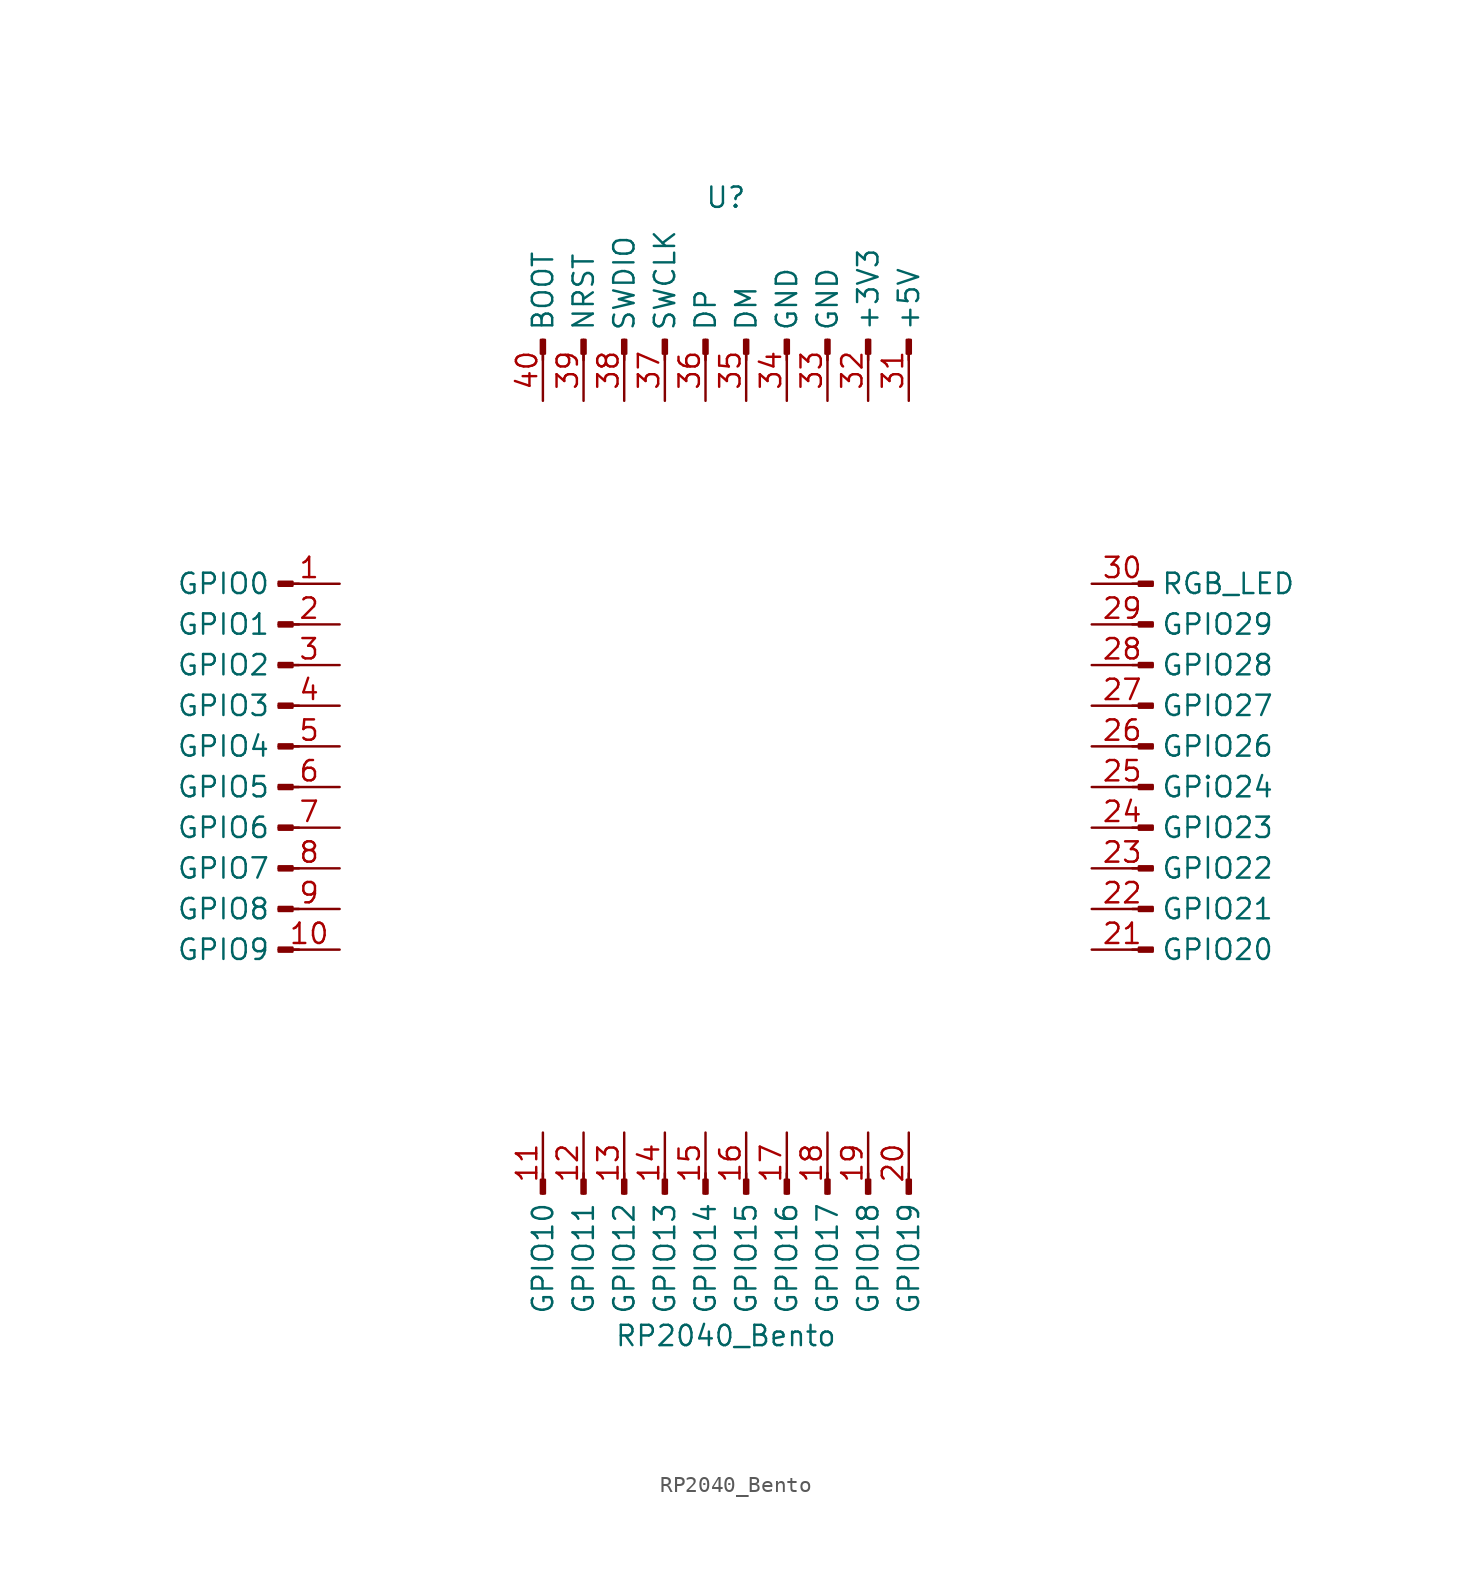
<source format=kicad_sym>
(kicad_symbol_lib
  (version 20231120)
  (generator "kicad_symbol_editor")
  (generator_version "8.0")
  (symbol "RP2040_Bento"
    (property "Reference" "U"
      (at 0 35.56 0)
      (effects (font (size 1.27 1.27))))
    (property "Value" "RP2040_Bento"
      (at 0 -35.56 0)
      (effects (font (size 1.27 1.27))))
    (symbol "RP2040_Bento_1_1"
      (rectangle (start -27.94 11.557) (end -27.076 11.303) (stroke (width 0.152) (type default)) (fill (type outline)))
      (rectangle (start -27.076 -11.303) (end -27.94 -11.557) (stroke (width 0.152) (type default)) (fill (type outline)))
      (rectangle (start -27.076 -8.763) (end -27.94 -9.017) (stroke (width 0.152) (type default)) (fill (type outline)))
      (rectangle (start -27.076 -6.223) (end -27.94 -6.477) (stroke (width 0.152) (type default)) (fill (type outline)))
      (rectangle (start -27.076 -3.683) (end -27.94 -3.937) (stroke (width 0.152) (type default)) (fill (type outline)))
      (rectangle (start -27.076 -1.143) (end -27.94 -1.397) (stroke (width 0.152) (type default)) (fill (type outline)))
      (rectangle (start -27.076 1.397) (end -27.94 1.143) (stroke (width 0.152) (type default)) (fill (type outline)))
      (rectangle (start -27.076 3.937) (end -27.94 3.683) (stroke (width 0.152) (type default)) (fill (type outline)))
      (rectangle (start -27.076 6.477) (end -27.94 6.223) (stroke (width 0.152) (type default)) (fill (type outline)))
      (rectangle (start -27.076 9.017) (end -27.94 8.763) (stroke (width 0.152) (type default)) (fill (type outline)))
      (rectangle (start -11.557 -25.806) (end -11.303 -26.67) (stroke (width 0.152) (type default)) (fill (type outline)))
      (rectangle (start -11.303 25.806) (end -11.557 26.67) (stroke (width 0.152) (type default)) (fill (type outline)))
      (rectangle (start -9.017 -25.806) (end -8.763 -26.67) (stroke (width 0.152) (type default)) (fill (type outline)))
      (rectangle (start -8.763 25.806) (end -9.017 26.67) (stroke (width 0.152) (type default)) (fill (type outline)))
      (rectangle (start -6.477 -25.806) (end -6.223 -26.67) (stroke (width 0.152) (type default)) (fill (type outline)))
      (rectangle (start -6.223 25.806) (end -6.477 26.67) (stroke (width 0.152) (type default)) (fill (type outline)))
      (rectangle (start -3.937 -25.806) (end -3.683 -26.67) (stroke (width 0.152) (type default)) (fill (type outline)))
      (rectangle (start -3.683 25.806) (end -3.937 26.67) (stroke (width 0.152) (type default)) (fill (type outline)))
      (rectangle (start -1.397 -25.806) (end -1.143 -26.67) (stroke (width 0.152) (type default)) (fill (type outline)))
      (rectangle (start -1.143 25.806) (end -1.397 26.67) (stroke (width 0.152) (type default)) (fill (type outline)))
      (polyline (pts (xy -26.67 -11.43) (xy -27.076 -11.43)) (stroke (width 0.152) (type default)) (fill (type none)))
      (polyline (pts (xy -26.67 -8.89) (xy -27.076 -8.89)) (stroke (width 0.152) (type default)) (fill (type none)))
      (polyline (pts (xy -26.67 -6.35) (xy -27.076 -6.35)) (stroke (width 0.152) (type default)) (fill (type none)))
      (polyline (pts (xy -26.67 -3.81) (xy -27.076 -3.81)) (stroke (width 0.152) (type default)) (fill (type none)))
      (polyline (pts (xy -26.67 -1.27) (xy -27.076 -1.27)) (stroke (width 0.152) (type default)) (fill (type none)))
      (polyline (pts (xy -26.67 1.27) (xy -27.076 1.27)) (stroke (width 0.152) (type default)) (fill (type none)))
      (polyline (pts (xy -26.67 3.81) (xy -27.076 3.81)) (stroke (width 0.152) (type default)) (fill (type none)))
      (polyline (pts (xy -26.67 6.35) (xy -27.076 6.35)) (stroke (width 0.152) (type default)) (fill (type none)))
      (polyline (pts (xy -26.67 8.89) (xy -27.076 8.89)) (stroke (width 0.152) (type default)) (fill (type none)))
      (polyline (pts (xy -26.67 11.43) (xy -27.076 11.43)) (stroke (width 0.152) (type default)) (fill (type none)))
      (polyline (pts (xy -11.43 -25.4) (xy -11.43 -25.806)) (stroke (width 0.152) (type default)) (fill (type none)))
      (polyline (pts (xy -11.43 25.4) (xy -11.43 25.806)) (stroke (width 0.152) (type default)) (fill (type none)))
      (polyline (pts (xy -8.89 -25.4) (xy -8.89 -25.806)) (stroke (width 0.152) (type default)) (fill (type none)))
      (polyline (pts (xy -8.89 25.4) (xy -8.89 25.806)) (stroke (width 0.152) (type default)) (fill (type none)))
      (polyline (pts (xy -6.35 -25.4) (xy -6.35 -25.806)) (stroke (width 0.152) (type default)) (fill (type none)))
      (polyline (pts (xy -6.35 25.4) (xy -6.35 25.806)) (stroke (width 0.152) (type default)) (fill (type none)))
      (polyline (pts (xy -3.81 -25.4) (xy -3.81 -25.806)) (stroke (width 0.152) (type default)) (fill (type none)))
      (polyline (pts (xy -3.81 25.4) (xy -3.81 25.806)) (stroke (width 0.152) (type default)) (fill (type none)))
      (polyline (pts (xy -1.27 -25.4) (xy -1.27 -25.806)) (stroke (width 0.152) (type default)) (fill (type none)))
      (polyline (pts (xy -1.27 25.4) (xy -1.27 25.806)) (stroke (width 0.152) (type default)) (fill (type none)))
      (polyline (pts (xy 1.27 -25.4) (xy 1.27 -25.806)) (stroke (width 0.152) (type default)) (fill (type none)))
      (polyline (pts (xy 1.27 25.4) (xy 1.27 25.806)) (stroke (width 0.152) (type default)) (fill (type none)))
      (polyline (pts (xy 3.81 -25.4) (xy 3.81 -25.806)) (stroke (width 0.152) (type default)) (fill (type none)))
      (polyline (pts (xy 3.81 25.4) (xy 3.81 25.806)) (stroke (width 0.152) (type default)) (fill (type none)))
      (polyline (pts (xy 6.35 -25.4) (xy 6.35 -25.806)) (stroke (width 0.152) (type default)) (fill (type none)))
      (polyline (pts (xy 6.35 25.4) (xy 6.35 25.806)) (stroke (width 0.152) (type default)) (fill (type none)))
      (polyline (pts (xy 8.89 -25.4) (xy 8.89 -25.806)) (stroke (width 0.152) (type default)) (fill (type none)))
      (polyline (pts (xy 8.89 25.4) (xy 8.89 25.806)) (stroke (width 0.152) (type default)) (fill (type none)))
      (polyline (pts (xy 11.43 -25.4) (xy 11.43 -25.806)) (stroke (width 0.152) (type default)) (fill (type none)))
      (polyline (pts (xy 11.43 25.4) (xy 11.43 25.806)) (stroke (width 0.152) (type default)) (fill (type none)))
      (polyline (pts (xy 25.4 -11.43) (xy 25.806 -11.43)) (stroke (width 0.152) (type default)) (fill (type none)))
      (polyline (pts (xy 25.4 -8.89) (xy 25.806 -8.89)) (stroke (width 0.152) (type default)) (fill (type none)))
      (polyline (pts (xy 25.4 -6.35) (xy 25.806 -6.35)) (stroke (width 0.152) (type default)) (fill (type none)))
      (polyline (pts (xy 25.4 -3.81) (xy 25.806 -3.81)) (stroke (width 0.152) (type default)) (fill (type none)))
      (polyline (pts (xy 25.4 -1.27) (xy 25.806 -1.27)) (stroke (width 0.152) (type default)) (fill (type none)))
      (polyline (pts (xy 25.4 1.27) (xy 25.806 1.27)) (stroke (width 0.152) (type default)) (fill (type none)))
      (polyline (pts (xy 25.4 3.81) (xy 25.806 3.81)) (stroke (width 0.152) (type default)) (fill (type none)))
      (polyline (pts (xy 25.4 6.35) (xy 25.806 6.35)) (stroke (width 0.152) (type default)) (fill (type none)))
      (polyline (pts (xy 25.4 8.89) (xy 25.806 8.89)) (stroke (width 0.152) (type default)) (fill (type none)))
      (polyline (pts (xy 25.4 11.43) (xy 25.806 11.43)) (stroke (width 0.152) (type default)) (fill (type none)))
      (rectangle (start 1.143 -25.806) (end 1.397 -26.67) (stroke (width 0.152) (type default)) (fill (type outline)))
      (rectangle (start 1.397 25.806) (end 1.143 26.67) (stroke (width 0.152) (type default)) (fill (type outline)))
      (rectangle (start 3.683 -25.806) (end 3.937 -26.67) (stroke (width 0.152) (type default)) (fill (type outline)))
      (rectangle (start 3.937 25.806) (end 3.683 26.67) (stroke (width 0.152) (type default)) (fill (type outline)))
      (rectangle (start 6.223 -25.806) (end 6.477 -26.67) (stroke (width 0.152) (type default)) (fill (type outline)))
      (rectangle (start 6.477 25.806) (end 6.223 26.67) (stroke (width 0.152) (type default)) (fill (type outline)))
      (rectangle (start 8.763 -25.806) (end 9.017 -26.67) (stroke (width 0.152) (type default)) (fill (type outline)))
      (rectangle (start 9.017 25.806) (end 8.763 26.67) (stroke (width 0.152) (type default)) (fill (type outline)))
      (rectangle (start 11.303 -25.806) (end 11.557 -26.67) (stroke (width 0.152) (type default)) (fill (type outline)))
      (rectangle (start 11.557 25.806) (end 11.303 26.67) (stroke (width 0.152) (type default)) (fill (type outline)))
      (rectangle (start 25.806 -11.557) (end 26.67 -11.303) (stroke (width 0.152) (type default)) (fill (type outline)))
      (rectangle (start 25.806 -9.017) (end 26.67 -8.763) (stroke (width 0.152) (type default)) (fill (type outline)))
      (rectangle (start 25.806 -6.477) (end 26.67 -6.223) (stroke (width 0.152) (type default)) (fill (type outline)))
      (rectangle (start 25.806 -3.937) (end 26.67 -3.683) (stroke (width 0.152) (type default)) (fill (type outline)))
      (rectangle (start 25.806 -1.397) (end 26.67 -1.143) (stroke (width 0.152) (type default)) (fill (type outline)))
      (rectangle (start 25.806 1.143) (end 26.67 1.397) (stroke (width 0.152) (type default)) (fill (type outline)))
      (rectangle (start 25.806 3.683) (end 26.67 3.937) (stroke (width 0.152) (type default)) (fill (type outline)))
      (rectangle (start 25.806 6.223) (end 26.67 6.477) (stroke (width 0.152) (type default)) (fill (type outline)))
      (rectangle (start 25.806 8.763) (end 26.67 9.017) (stroke (width 0.152) (type default)) (fill (type outline)))
      (rectangle (start 25.806 11.303) (end 26.67 11.557) (stroke (width 0.152) (type default)) (fill (type outline)))
      (pin bidirectional line (at -24.13 11.43 180) (length 3.81) (name "GPIO0" (effects (font (size 1.27 1.27)))) (number "1" (effects (font (size 1.27 1.27)))))
      (pin bidirectional line (at -24.13 -11.43 180) (length 3.81) (name "GPIO9" (effects (font (size 1.27 1.27)))) (number "10" (effects (font (size 1.27 1.27)))))
      (pin bidirectional line (at -11.43 -22.86 270) (length 3.81) (name "GPIO10" (effects (font (size 1.27 1.27)))) (number "11" (effects (font (size 1.27 1.27)))))
      (pin bidirectional line (at -8.89 -22.86 270) (length 3.81) (name "GPIO11" (effects (font (size 1.27 1.27)))) (number "12" (effects (font (size 1.27 1.27)))))
      (pin bidirectional line (at -6.35 -22.86 270) (length 3.81) (name "GPIO12" (effects (font (size 1.27 1.27)))) (number "13" (effects (font (size 1.27 1.27)))))
      (pin bidirectional line (at -3.81 -22.86 270) (length 3.81) (name "GPIO13" (effects (font (size 1.27 1.27)))) (number "14" (effects (font (size 1.27 1.27)))))
      (pin bidirectional line (at -1.27 -22.86 270) (length 3.81) (name "GPIO14" (effects (font (size 1.27 1.27)))) (number "15" (effects (font (size 1.27 1.27)))))
      (pin bidirectional line (at 1.27 -22.86 270) (length 3.81) (name "GPIO15" (effects (font (size 1.27 1.27)))) (number "16" (effects (font (size 1.27 1.27)))))
      (pin bidirectional line (at 3.81 -22.86 270) (length 3.81) (name "GPIO16" (effects (font (size 1.27 1.27)))) (number "17" (effects (font (size 1.27 1.27)))))
      (pin bidirectional line (at 6.35 -22.86 270) (length 3.81) (name "GPIO17" (effects (font (size 1.27 1.27)))) (number "18" (effects (font (size 1.27 1.27)))))
      (pin bidirectional line (at 8.89 -22.86 270) (length 3.81) (name "GPIO18" (effects (font (size 1.27 1.27)))) (number "19" (effects (font (size 1.27 1.27)))))
      (pin bidirectional line (at -24.13 8.89 180) (length 3.81) (name "GPIO1" (effects (font (size 1.27 1.27)))) (number "2" (effects (font (size 1.27 1.27)))))
      (pin bidirectional line (at 11.43 -22.86 270) (length 3.81) (name "GPIO19" (effects (font (size 1.27 1.27)))) (number "20" (effects (font (size 1.27 1.27)))))
      (pin bidirectional line (at 22.86 -11.43 0) (length 3.81) (name "GPIO20" (effects (font (size 1.27 1.27)))) (number "21" (effects (font (size 1.27 1.27)))))
      (pin bidirectional line (at 22.86 -8.89 0) (length 3.81) (name "GPIO21" (effects (font (size 1.27 1.27)))) (number "22" (effects (font (size 1.27 1.27)))))
      (pin bidirectional line (at 22.86 -6.35 0) (length 3.81) (name "GPIO22" (effects (font (size 1.27 1.27)))) (number "23" (effects (font (size 1.27 1.27)))))
      (pin bidirectional line (at 22.86 -3.81 0) (length 3.81) (name "GPIO23" (effects (font (size 1.27 1.27)))) (number "24" (effects (font (size 1.27 1.27)))))
      (pin bidirectional line (at 22.86 -1.27 0) (length 3.81) (name "GPiO24" (effects (font (size 1.27 1.27)))) (number "25" (effects (font (size 1.27 1.27)))))
      (pin input line (at 22.86 1.27 0) (length 3.81) (name "GPIO26" (effects (font (size 1.27 1.27)))) (number "26" (effects (font (size 1.27 1.27)))))
      (pin input line (at 22.86 3.81 0) (length 3.81) (name "GPIO27" (effects (font (size 1.27 1.27)))) (number "27" (effects (font (size 1.27 1.27)))))
      (pin input line (at 22.86 6.35 0) (length 3.81) (name "GPIO28" (effects (font (size 1.27 1.27)))) (number "28" (effects (font (size 1.27 1.27)))))
      (pin input line (at 22.86 8.89 0) (length 3.81) (name "GPIO29" (effects (font (size 1.27 1.27)))) (number "29" (effects (font (size 1.27 1.27)))))
      (pin bidirectional line (at -24.13 6.35 180) (length 3.81) (name "GPIO2" (effects (font (size 1.27 1.27)))) (number "3" (effects (font (size 1.27 1.27)))))
      (pin output line (at 22.86 11.43 0) (length 3.81) (name "RGB_LED" (effects (font (size 1.27 1.27)))) (number "30" (effects (font (size 1.27 1.27)))))
      (pin power_in line (at 11.43 22.86 90) (length 3.81) (name "+5V" (effects (font (size 1.27 1.27)))) (number "31" (effects (font (size 1.27 1.27)))))
      (pin power_out line (at 8.89 22.86 90) (length 3.81) (name "+3V3" (effects (font (size 1.27 1.27)))) (number "32" (effects (font (size 1.27 1.27)))))
      (pin power_in line (at 6.35 22.86 90) (length 3.81) (name "GND" (effects (font (size 1.27 1.27)))) (number "33" (effects (font (size 1.27 1.27)))))
      (pin power_in line (at 3.81 22.86 90) (length 3.81) (name "GND" (effects (font (size 1.27 1.27)))) (number "34" (effects (font (size 1.27 1.27)))))
      (pin bidirectional line (at 1.27 22.86 90) (length 3.81) (name "DM" (effects (font (size 1.27 1.27)))) (number "35" (effects (font (size 1.27 1.27)))))
      (pin bidirectional line (at -1.27 22.86 90) (length 3.81) (name "DP" (effects (font (size 1.27 1.27)))) (number "36" (effects (font (size 1.27 1.27)))))
      (pin bidirectional line (at -3.81 22.86 90) (length 3.81) (name "SWCLK" (effects (font (size 1.27 1.27)))) (number "37" (effects (font (size 1.27 1.27)))))
      (pin input line (at -6.35 22.86 90) (length 3.81) (name "SWDIO" (effects (font (size 1.27 1.27)))) (number "38" (effects (font (size 1.27 1.27)))))
      (pin bidirectional line (at -8.89 22.86 90) (length 3.81) (name "NRST" (effects (font (size 1.27 1.27)))) (number "39" (effects (font (size 1.27 1.27)))))
      (pin bidirectional line (at -24.13 3.81 180) (length 3.81) (name "GPIO3" (effects (font (size 1.27 1.27)))) (number "4" (effects (font (size 1.27 1.27)))))
      (pin input line (at -11.43 22.86 90) (length 3.81) (name "BOOT" (effects (font (size 1.27 1.27)))) (number "40" (effects (font (size 1.27 1.27)))))
      (pin bidirectional line (at -24.13 1.27 180) (length 3.81) (name "GPIO4" (effects (font (size 1.27 1.27)))) (number "5" (effects (font (size 1.27 1.27)))))
      (pin bidirectional line (at -24.13 -1.27 180) (length 3.81) (name "GPIO5" (effects (font (size 1.27 1.27)))) (number "6" (effects (font (size 1.27 1.27)))))
      (pin bidirectional line (at -24.13 -3.81 180) (length 3.81) (name "GPIO6" (effects (font (size 1.27 1.27)))) (number "7" (effects (font (size 1.27 1.27)))))
      (pin bidirectional line (at -24.13 -6.35 180) (length 3.81) (name "GPIO7" (effects (font (size 1.27 1.27)))) (number "8" (effects (font (size 1.27 1.27)))))
      (pin bidirectional line (at -24.13 -8.89 180) (length 3.81) (name "GPIO8" (effects (font (size 1.27 1.27)))) (number "9" (effects (font (size 1.27 1.27))))))))
</source>
